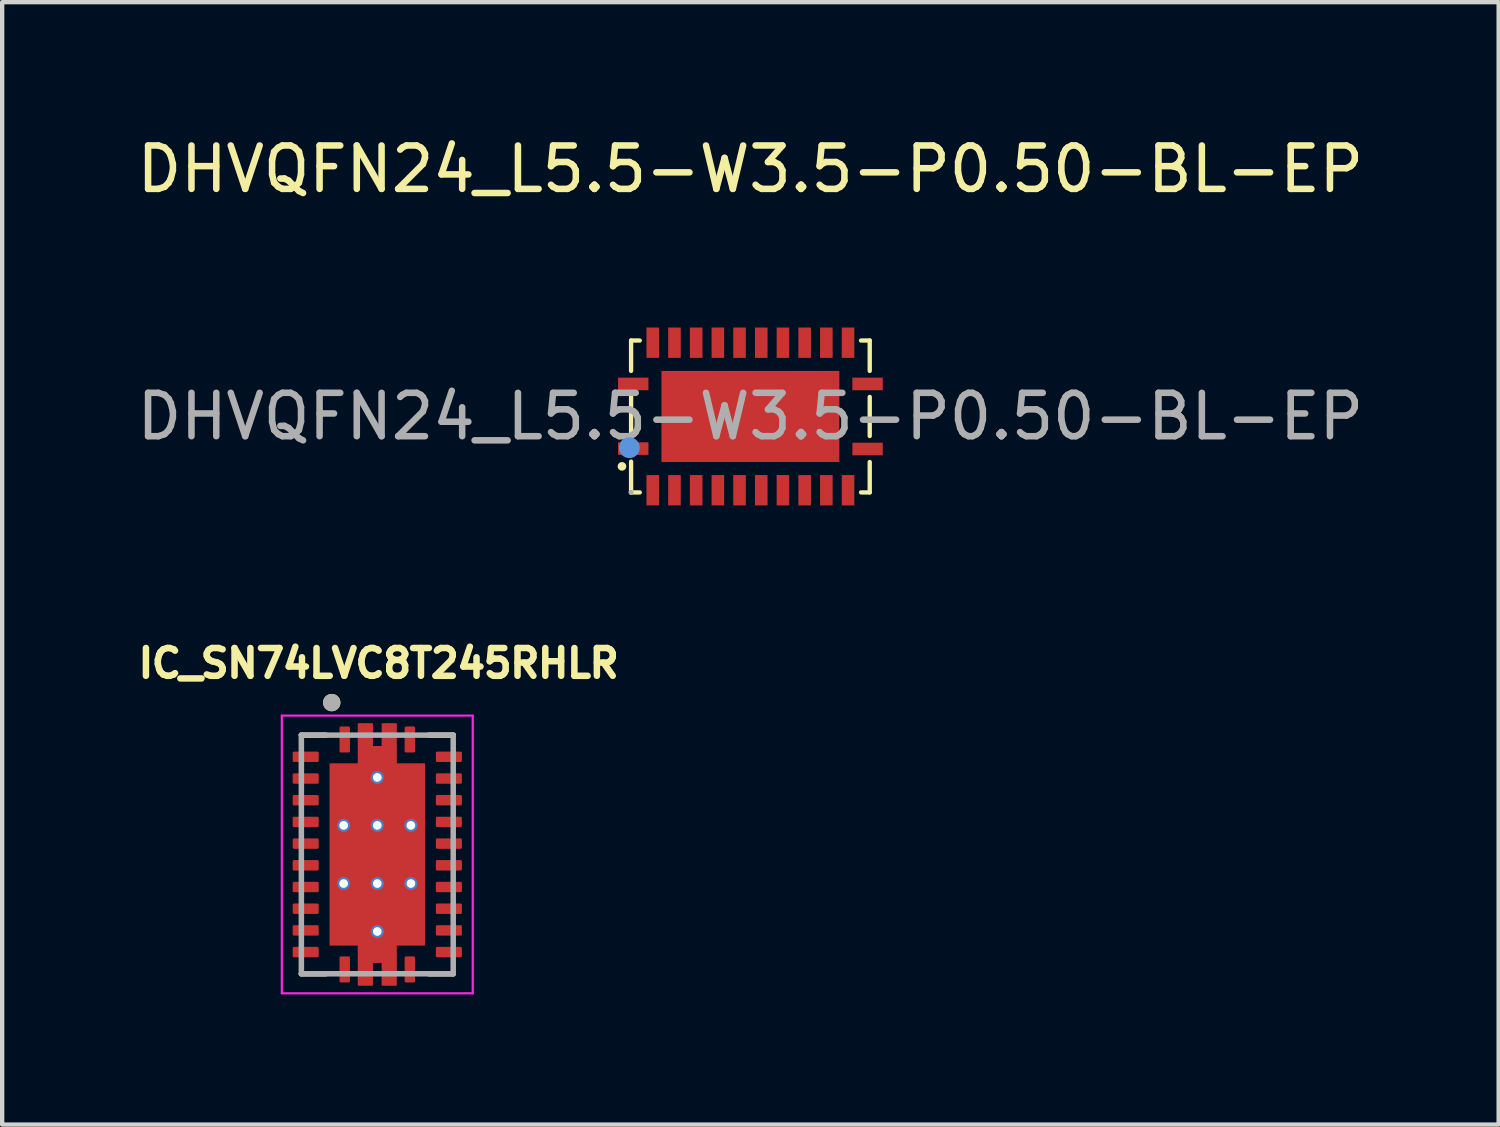
<source format=kicad_pcb>
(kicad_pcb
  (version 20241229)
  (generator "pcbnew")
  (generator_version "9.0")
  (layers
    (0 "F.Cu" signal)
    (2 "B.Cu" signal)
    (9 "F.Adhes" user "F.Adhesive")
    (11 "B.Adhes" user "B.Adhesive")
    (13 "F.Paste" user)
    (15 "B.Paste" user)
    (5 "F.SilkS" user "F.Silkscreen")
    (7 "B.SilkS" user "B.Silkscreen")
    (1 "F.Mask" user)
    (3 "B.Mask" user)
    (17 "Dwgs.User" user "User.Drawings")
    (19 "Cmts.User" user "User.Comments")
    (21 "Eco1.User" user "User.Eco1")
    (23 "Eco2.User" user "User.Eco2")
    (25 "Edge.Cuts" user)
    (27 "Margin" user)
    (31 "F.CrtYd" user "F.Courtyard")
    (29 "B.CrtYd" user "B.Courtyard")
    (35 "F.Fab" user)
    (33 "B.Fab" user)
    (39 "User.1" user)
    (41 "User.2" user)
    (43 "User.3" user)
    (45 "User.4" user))
  (footprint "DHVQFN24_L5.5-W3.5-P0.50-BL-EP"
    (layer "F.Cu")
    (at 14.244 6.548)
    (property "Reference" "DHVQFN24_L5.5-W3.5-P0.50-BL-EP" (at 0 -5.7 0) (layer "F.SilkS") (effects (font (size 1 1) (thickness 0.15))))
    (attr smd)
    (fp_line (start -2.75 -1.75) (end -2.75 -1.05) (stroke (width 0.1) (type solid)) (layer "F.SilkS"))
    (fp_line (start -2.75 -1.75) (end -2.55 -1.75) (stroke (width 0.1) (type solid)) (layer "F.SilkS"))
    (fp_line (start -2.75 -0.45) (end -2.75 0.44) (stroke (width 0.1) (type solid)) (layer "F.SilkS"))
    (fp_line (start -2.75 1.75) (end -2.75 1.04) (stroke (width 0.1) (type solid)) (layer "F.SilkS"))
    (fp_line (start -2.55 1.75) (end -2.75 1.75) (stroke (width 0.1) (type solid)) (layer "F.SilkS"))
    (fp_line (start 2.55 -1.75) (end 2.75 -1.75) (stroke (width 0.1) (type solid)) (layer "F.SilkS"))
    (fp_line (start 2.75 -1.75) (end 2.75 -1.05) (stroke (width 0.1) (type solid)) (layer "F.SilkS"))
    (fp_line (start 2.75 -0.45) (end 2.75 0.45) (stroke (width 0.1) (type solid)) (layer "F.SilkS"))
    (fp_line (start 2.75 1.05) (end 2.75 1.75) (stroke (width 0.1) (type solid)) (layer "F.SilkS"))
    (fp_line (start 2.75 1.75) (end 2.55 1.75) (stroke (width 0.1) (type solid)) (layer "F.SilkS"))
    (fp_circle (center -2.96 1.15) (end -2.91 1.15) (stroke (width 0.1) (type solid)) (fill no) (layer "F.SilkS"))
    (fp_circle (center -2.79 0.72) (end -2.67 0.72) (stroke (width 0.24) (type solid)) (fill no) (layer "Cmts.User"))
    (fp_circle (center -2.75 1.75) (end -2.72 1.75) (stroke (width 0.06) (type solid)) (fill no) (layer "F.Fab"))
    (fp_text user "${REFERENCE}" (at 0 0 0) (layer "F.Fab") (effects (font (size 1 1) (thickness 0.15))))
    (pad "1" smd rect (at -2.7 0.74 90) (size 0.29 0.7) (layers "F.Cu" "F.Mask" "F.Paste"))
    (pad "2" smd rect (at -2.25 1.7) (size 0.29 0.7) (layers "F.Cu" "F.Mask" "F.Paste"))
    (pad "3" smd rect (at -1.75 1.7) (size 0.29 0.7) (layers "F.Cu" "F.Mask" "F.Paste"))
    (pad "4" smd rect (at -1.25 1.7) (size 0.29 0.7) (layers "F.Cu" "F.Mask" "F.Paste"))
    (pad "5" smd rect (at -0.75 1.7) (size 0.29 0.7) (layers "F.Cu" "F.Mask" "F.Paste"))
    (pad "6" smd rect (at -0.25 1.7) (size 0.29 0.7) (layers "F.Cu" "F.Mask" "F.Paste"))
    (pad "7" smd rect (at 0.25 1.7) (size 0.29 0.7) (layers "F.Cu" "F.Mask" "F.Paste"))
    (pad "8" smd rect (at 0.75 1.7) (size 0.29 0.7) (layers "F.Cu" "F.Mask" "F.Paste"))
    (pad "9" smd rect (at 1.25 1.7) (size 0.29 0.7) (layers "F.Cu" "F.Mask" "F.Paste"))
    (pad "10" smd rect (at 1.75 1.7) (size 0.29 0.7) (layers "F.Cu" "F.Mask" "F.Paste"))
    (pad "11" smd rect (at 2.25 1.7) (size 0.29 0.7) (layers "F.Cu" "F.Mask" "F.Paste"))
    (pad "12" smd rect (at 2.7 0.75 90) (size 0.29 0.7) (layers "F.Cu" "F.Mask" "F.Paste"))
    (pad "13" smd rect (at 2.7 -0.75 90) (size 0.29 0.7) (layers "F.Cu" "F.Mask" "F.Paste"))
    (pad "14" smd rect (at 2.25 -1.7 180) (size 0.29 0.7) (layers "F.Cu" "F.Mask" "F.Paste"))
    (pad "15" smd rect (at 1.75 -1.7 180) (size 0.29 0.7) (layers "F.Cu" "F.Mask" "F.Paste"))
    (pad "16" smd rect (at 1.25 -1.7 180) (size 0.29 0.7) (layers "F.Cu" "F.Mask" "F.Paste"))
    (pad "17" smd rect (at 0.75 -1.7 180) (size 0.29 0.7) (layers "F.Cu" "F.Mask" "F.Paste"))
    (pad "18" smd rect (at 0.25 -1.7 180) (size 0.29 0.7) (layers "F.Cu" "F.Mask" "F.Paste"))
    (pad "19" smd rect (at -0.25 -1.7 180) (size 0.29 0.7) (layers "F.Cu" "F.Mask" "F.Paste"))
    (pad "20" smd rect (at -0.75 -1.7 180) (size 0.29 0.7) (layers "F.Cu" "F.Mask" "F.Paste"))
    (pad "21" smd rect (at -1.25 -1.7 180) (size 0.29 0.7) (layers "F.Cu" "F.Mask" "F.Paste"))
    (pad "22" smd rect (at -1.75 -1.7 180) (size 0.29 0.7) (layers "F.Cu" "F.Mask" "F.Paste"))
    (pad "23" smd rect (at -2.25 -1.7 180) (size 0.29 0.7) (layers "F.Cu" "F.Mask" "F.Paste"))
    (pad "24" smd rect (at -2.7 -0.75 270) (size 0.29 0.7) (layers "F.Cu" "F.Mask" "F.Paste"))
    (pad "25" smd rect (at 0 0) (size 4.1 2.1) (layers "F.Cu" "F.Mask" "F.Paste")))
  (footprint "IC_SN74LVC8T245RHLR"
    (layer "F.Cu")
    (at 5.645 16.642)
    (property "Reference" "IC_SN74LVC8T245RHLR" (at 0.032 -4.406 0) (layer "F.SilkS") (effects (font (size 0.64 0.64) (thickness 0.15))))
    (attr smd)
    (fp_poly (pts (xy -0.375 -2.95) (xy -0.175 -2.95) (xy -0.175 -2.425) (xy 0.175 -2.425) (xy 0.175 -2.95) (xy 0.375 -2.95) (xy 0.375 -2.025) (xy 1.025 -2.025) (xy 1.025 2.025) (xy 0.375 2.025) (xy 0.375 2.95) (xy 0.175 2.95) (xy 0.175 2.425) (xy -0.175 2.425) (xy -0.175 2.95) (xy -0.375 2.95) (xy -0.375 2.025) (xy -1.025 2.025) (xy -1.025 -2.025) (xy -0.375 -2.025)) (stroke (width 0.01) (type solid)) (fill yes) (layer "F.Mask"))
    (fp_line (start -1.75 -2.75) (end -1.19 -2.75) (stroke (width 0.127) (type solid)) (layer "F.SilkS"))
    (fp_line (start -1.75 2.75) (end -1.19 2.75) (stroke (width 0.127) (type solid)) (layer "F.SilkS"))
    (fp_line (start 1.19 -2.75) (end 1.75 -2.75) (stroke (width 0.127) (type solid)) (layer "F.SilkS"))
    (fp_line (start 1.75 2.75) (end 1.19 2.75) (stroke (width 0.127) (type solid)) (layer "F.SilkS"))
    (fp_circle (center -1.05 -3.5) (end -0.95 -3.5) (stroke (width 0.2) (type solid)) (fill no) (layer "F.SilkS"))
    (fp_poly (pts (xy -1.025 -1.91) (xy -0.1 -1.91) (xy -0.1 -0.77) (xy -1.025 -0.77)) (stroke (width 0.01) (type solid)) (fill yes) (layer "F.Paste"))
    (fp_poly (pts (xy -1.025 -0.57) (xy -0.1 -0.57) (xy -0.1 0.57) (xy -1.025 0.57)) (stroke (width 0.01) (type solid)) (fill yes) (layer "F.Paste"))
    (fp_poly (pts (xy -1.025 0.77) (xy -0.1 0.77) (xy -0.1 1.91) (xy -1.025 1.91)) (stroke (width 0.01) (type solid)) (fill yes) (layer "F.Paste"))
    (fp_poly (pts (xy 0.1 -1.91) (xy 1.025 -1.91) (xy 1.025 -0.77) (xy 0.1 -0.77)) (stroke (width 0.01) (type solid)) (fill yes) (layer "F.Paste"))
    (fp_poly (pts (xy 0.1 -0.57) (xy 1.025 -0.57) (xy 1.025 0.57) (xy 0.1 0.57)) (stroke (width 0.01) (type solid)) (fill yes) (layer "F.Paste"))
    (fp_poly (pts (xy 0.1 0.77) (xy 1.025 0.77) (xy 1.025 1.91) (xy 0.1 1.91)) (stroke (width 0.01) (type solid)) (fill yes) (layer "F.Paste"))
    (fp_poly (pts (xy -0.375 -2.95) (xy -0.175 -2.95) (xy -0.175 -2.425) (xy 0.175 -2.425) (xy 0.175 -2.95) (xy 0.375 -2.95) (xy 0.375 -2.11) (xy -0.375 -2.11)) (stroke (width 0.01) (type solid)) (fill yes) (layer "F.Paste"))
    (fp_poly (pts (xy 0.375 2.95) (xy 0.175 2.95) (xy 0.175 2.425) (xy -0.175 2.425) (xy -0.175 2.95) (xy -0.375 2.95) (xy -0.375 2.11) (xy 0.375 2.11)) (stroke (width 0.01) (type solid)) (fill yes) (layer "F.Paste"))
    (fp_line (start -2.2 -3.2) (end 2.2 -3.2) (stroke (width 0.05) (type solid)) (layer "F.CrtYd"))
    (fp_line (start -2.2 3.2) (end -2.2 -3.2) (stroke (width 0.05) (type solid)) (layer "F.CrtYd"))
    (fp_line (start 2.2 -3.2) (end 2.2 3.2) (stroke (width 0.05) (type solid)) (layer "F.CrtYd"))
    (fp_line (start 2.2 3.2) (end -2.2 3.2) (stroke (width 0.05) (type solid)) (layer "F.CrtYd"))
    (fp_line (start -1.75 -2.75) (end 1.75 -2.75) (stroke (width 0.127) (type solid)) (layer "F.Fab"))
    (fp_line (start -1.75 2.75) (end -1.75 -2.75) (stroke (width 0.127) (type solid)) (layer "F.Fab"))
    (fp_line (start 1.75 -2.75) (end 1.75 2.75) (stroke (width 0.127) (type solid)) (layer "F.Fab"))
    (fp_line (start 1.75 2.75) (end -1.75 2.75) (stroke (width 0.127) (type solid)) (layer "F.Fab"))
    (fp_circle (center -1.05 -3.5) (end -0.95 -3.5) (stroke (width 0.2) (type solid)) (fill no) (layer "F.Fab"))
    (pad "" np_thru_hole circle (at -0.775 -0.67) (size 0.3 0.3) (drill 0.2) (layers "*.Cu" "*.Mask"))
    (pad "" np_thru_hole circle (at -0.775 0.67) (size 0.3 0.3) (drill 0.2) (layers "*.Cu" "*.Mask"))
    (pad "" np_thru_hole circle (at 0 -1.775) (size 0.3 0.3) (drill 0.2) (layers "*.Cu" "*.Mask"))
    (pad "" np_thru_hole circle (at 0 -0.67) (size 0.3 0.3) (drill 0.2) (layers "*.Cu" "*.Mask"))
    (pad "" smd custom (at 0 0) (size 0.5 0.5) (layers "F.Cu" "F.Mask" "F.Paste") (options (anchor rect)) (primitives (gr_poly (pts (xy -0.445 -3.02) (xy -0.105 -3.02) (xy -0.105 -2.495) (xy 0.105 -2.495) (xy 0.105 -3.02) (xy 0.445 -3.02) (xy 0.445 -2.095) (xy 1.095 -2.095) (xy 1.095 2.095) (xy 0.445 2.095) (xy 0.445 3.02) (xy 0.105 3.02) (xy 0.105 2.495) (xy -0.105 2.495) (xy -0.105 3.02) (xy -0.445 3.02) (xy -0.445 2.095) (xy -1.095 2.095) (xy -1.095 -2.095) (xy -0.445 -2.095)) (width 0.01) (fill yes))))
    (pad "" np_thru_hole circle (at 0 0.67) (size 0.3 0.3) (drill 0.2) (layers "*.Cu" "*.Mask"))
    (pad "" np_thru_hole circle (at 0 1.775) (size 0.3 0.3) (drill 0.2) (layers "*.Cu" "*.Mask"))
    (pad "" np_thru_hole circle (at 0.775 -0.67) (size 0.3 0.3) (drill 0.2) (layers "*.Cu" "*.Mask"))
    (pad "" np_thru_hole circle (at 0.775 0.67) (size 0.3 0.3) (drill 0.2) (layers "*.Cu" "*.Mask"))
    (pad "1" smd roundrect (at -0.75 -2.65) (size 0.24 0.6) (layers "F.Cu" "F.Mask" "F.Paste") (roundrect_rratio 0.125))
    (pad "2" smd roundrect (at -1.65 -2.25) (size 0.6 0.24) (layers "F.Cu" "F.Mask" "F.Paste") (roundrect_rratio 0.125))
    (pad "3" smd roundrect (at -1.65 -1.75) (size 0.6 0.24) (layers "F.Cu" "F.Mask" "F.Paste") (roundrect_rratio 0.125))
    (pad "4" smd roundrect (at -1.65 -1.25) (size 0.6 0.24) (layers "F.Cu" "F.Mask" "F.Paste") (roundrect_rratio 0.125))
    (pad "5" smd roundrect (at -1.65 -0.75) (size 0.6 0.24) (layers "F.Cu" "F.Mask" "F.Paste") (roundrect_rratio 0.125))
    (pad "6" smd roundrect (at -1.65 -0.25) (size 0.6 0.24) (layers "F.Cu" "F.Mask" "F.Paste") (roundrect_rratio 0.125))
    (pad "7" smd roundrect (at -1.65 0.25) (size 0.6 0.24) (layers "F.Cu" "F.Mask" "F.Paste") (roundrect_rratio 0.125))
    (pad "8" smd roundrect (at -1.65 0.75) (size 0.6 0.24) (layers "F.Cu" "F.Mask" "F.Paste") (roundrect_rratio 0.125))
    (pad "9" smd roundrect (at -1.65 1.25) (size 0.6 0.24) (layers "F.Cu" "F.Mask" "F.Paste") (roundrect_rratio 0.125))
    (pad "10" smd roundrect (at -1.65 1.75) (size 0.6 0.24) (layers "F.Cu" "F.Mask" "F.Paste") (roundrect_rratio 0.125))
    (pad "11" smd roundrect (at -1.65 2.25) (size 0.6 0.24) (layers "F.Cu" "F.Mask" "F.Paste") (roundrect_rratio 0.125))
    (pad "12" smd roundrect (at -0.75 2.65) (size 0.24 0.6) (layers "F.Cu" "F.Mask" "F.Paste") (roundrect_rratio 0.125))
    (pad "13" smd roundrect (at 0.75 2.65) (size 0.24 0.6) (layers "F.Cu" "F.Mask" "F.Paste") (roundrect_rratio 0.125))
    (pad "14" smd roundrect (at 1.65 2.25) (size 0.6 0.24) (layers "F.Cu" "F.Mask" "F.Paste") (roundrect_rratio 0.125))
    (pad "15" smd roundrect (at 1.65 1.75) (size 0.6 0.24) (layers "F.Cu" "F.Mask" "F.Paste") (roundrect_rratio 0.125))
    (pad "16" smd roundrect (at 1.65 1.25) (size 0.6 0.24) (layers "F.Cu" "F.Mask" "F.Paste") (roundrect_rratio 0.125))
    (pad "17" smd roundrect (at 1.65 0.75) (size 0.6 0.24) (layers "F.Cu" "F.Mask" "F.Paste") (roundrect_rratio 0.125))
    (pad "18" smd roundrect (at 1.65 0.25) (size 0.6 0.24) (layers "F.Cu" "F.Mask" "F.Paste") (roundrect_rratio 0.125))
    (pad "19" smd roundrect (at 1.65 -0.25) (size 0.6 0.24) (layers "F.Cu" "F.Mask" "F.Paste") (roundrect_rratio 0.125))
    (pad "20" smd roundrect (at 1.65 -0.75) (size 0.6 0.24) (layers "F.Cu" "F.Mask" "F.Paste") (roundrect_rratio 0.125))
    (pad "21" smd roundrect (at 1.65 -1.25) (size 0.6 0.24) (layers "F.Cu" "F.Mask" "F.Paste") (roundrect_rratio 0.125))
    (pad "22" smd roundrect (at 1.65 -1.75) (size 0.6 0.24) (layers "F.Cu" "F.Mask" "F.Paste") (roundrect_rratio 0.125))
    (pad "23" smd roundrect (at 1.65 -2.25) (size 0.6 0.24) (layers "F.Cu" "F.Mask" "F.Paste") (roundrect_rratio 0.125))
    (pad "24" smd roundrect (at 0.75 -2.65) (size 0.24 0.6) (layers "F.Cu" "F.Mask" "F.Paste") (roundrect_rratio 0.125)))
  (gr_rect
    (start -3 -3)
    (end 31.488 22.867)
    (stroke (width 0.1) (type default))
    (fill no)
    (layer "Edge.Cuts")))
</source>
